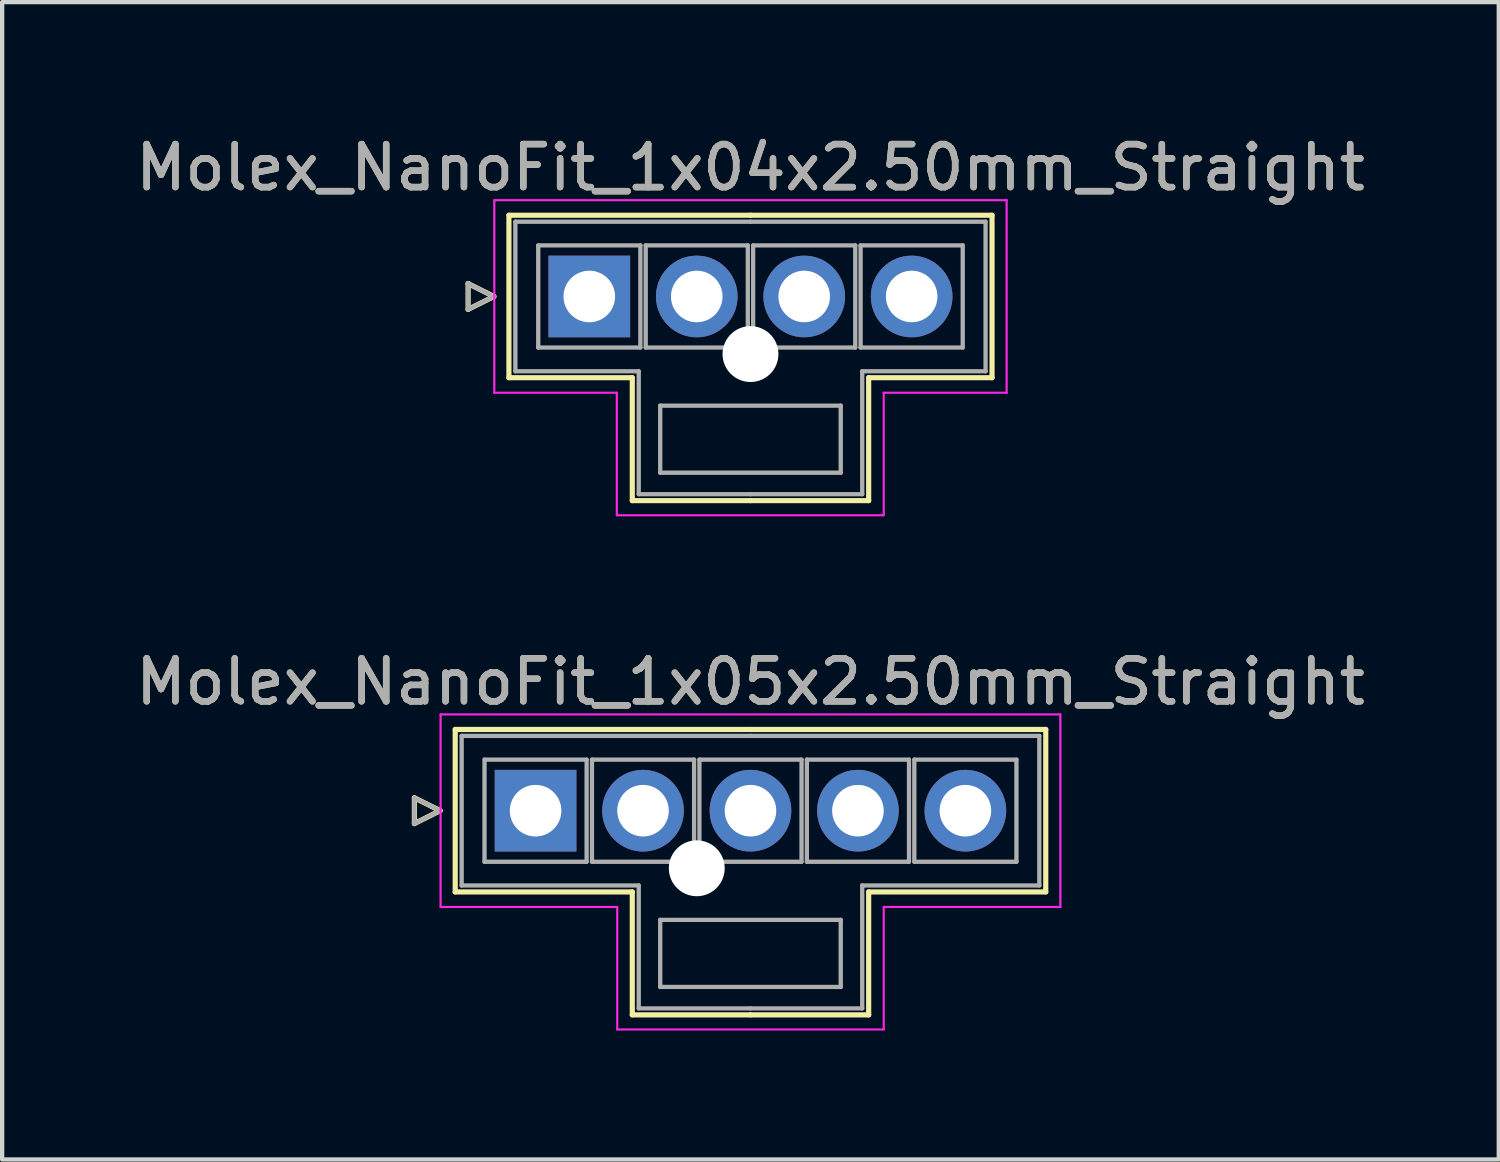
<source format=kicad_pcb>
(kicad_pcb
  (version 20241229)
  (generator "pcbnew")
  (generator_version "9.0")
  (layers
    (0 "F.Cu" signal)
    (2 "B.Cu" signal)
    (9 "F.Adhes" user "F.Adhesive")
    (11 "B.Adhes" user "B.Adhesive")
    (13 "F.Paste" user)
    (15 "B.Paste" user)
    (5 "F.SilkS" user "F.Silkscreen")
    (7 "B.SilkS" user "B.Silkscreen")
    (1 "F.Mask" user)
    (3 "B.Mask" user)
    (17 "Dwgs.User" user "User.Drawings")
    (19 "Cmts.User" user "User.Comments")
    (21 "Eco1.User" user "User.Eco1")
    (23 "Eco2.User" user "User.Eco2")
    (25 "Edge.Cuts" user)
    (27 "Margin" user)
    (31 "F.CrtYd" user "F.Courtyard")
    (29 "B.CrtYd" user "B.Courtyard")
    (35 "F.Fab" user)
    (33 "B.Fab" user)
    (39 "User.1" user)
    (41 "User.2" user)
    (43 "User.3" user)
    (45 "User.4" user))
  (footprint "Molex_NanoFit_1x05x2.50mm_Straight"
    (layer "F.Cu")
    (at 9.411 15.812)
    (property "Reference" "Molex_NanoFit_1x05x2.50mm_Straight" (at 5 -3 0) (layer "F.SilkS") (effects (font (size 1 1) (thickness 0.15))))
    (attr through_hole)
    (fp_line (start -2.82 -0.3) (end -2.22 0) (stroke (width 0.12) (type solid)) (layer "F.SilkS"))
    (fp_line (start -2.82 0.3) (end -2.82 -0.3) (stroke (width 0.12) (type solid)) (layer "F.SilkS"))
    (fp_line (start -2.22 0) (end -2.82 0.3) (stroke (width 0.12) (type solid)) (layer "F.SilkS"))
    (fp_line (start -1.87 -1.89) (end -1.87 1.89) (stroke (width 0.12) (type solid)) (layer "F.SilkS"))
    (fp_line (start -1.87 1.89) (end 2.25 1.89) (stroke (width 0.12) (type solid)) (layer "F.SilkS"))
    (fp_line (start 2.25 1.89) (end 2.25 4.75) (stroke (width 0.12) (type solid)) (layer "F.SilkS"))
    (fp_line (start 2.25 4.75) (end 5 4.75) (stroke (width 0.12) (type solid)) (layer "F.SilkS"))
    (fp_line (start 5 -1.89) (end -1.87 -1.89) (stroke (width 0.12) (type solid)) (layer "F.SilkS"))
    (fp_line (start 5 -1.89) (end 11.87 -1.89) (stroke (width 0.12) (type solid)) (layer "F.SilkS"))
    (fp_line (start 7.75 1.89) (end 7.75 4.75) (stroke (width 0.12) (type solid)) (layer "F.SilkS"))
    (fp_line (start 7.75 4.75) (end 5 4.75) (stroke (width 0.12) (type solid)) (layer "F.SilkS"))
    (fp_line (start 11.87 -1.89) (end 11.87 1.89) (stroke (width 0.12) (type solid)) (layer "F.SilkS"))
    (fp_line (start 11.87 1.89) (end 7.75 1.89) (stroke (width 0.12) (type solid)) (layer "F.SilkS"))
    (fp_line (start -2.21 -2.24) (end -2.21 2.24) (stroke (width 0.05) (type solid)) (layer "F.CrtYd"))
    (fp_line (start -2.21 2.24) (end 1.9 2.24) (stroke (width 0.05) (type solid)) (layer "F.CrtYd"))
    (fp_line (start 1.9 2.24) (end 1.9 5.09) (stroke (width 0.05) (type solid)) (layer "F.CrtYd"))
    (fp_line (start 1.9 5.09) (end 8.1 5.09) (stroke (width 0.05) (type solid)) (layer "F.CrtYd"))
    (fp_line (start 8.1 2.24) (end 12.21 2.24) (stroke (width 0.05) (type solid)) (layer "F.CrtYd"))
    (fp_line (start 8.1 5.09) (end 8.1 2.24) (stroke (width 0.05) (type solid)) (layer "F.CrtYd"))
    (fp_line (start 12.21 -2.24) (end -2.21 -2.24) (stroke (width 0.05) (type solid)) (layer "F.CrtYd"))
    (fp_line (start 12.21 2.24) (end 12.21 -2.24) (stroke (width 0.05) (type solid)) (layer "F.CrtYd"))
    (fp_line (start -2.82 -0.3) (end -2.22 0) (stroke (width 0.1) (type solid)) (layer "F.Fab"))
    (fp_line (start -2.82 0.3) (end -2.82 -0.3) (stroke (width 0.1) (type solid)) (layer "F.Fab"))
    (fp_line (start -2.22 0) (end -2.82 0.3) (stroke (width 0.1) (type solid)) (layer "F.Fab"))
    (fp_line (start -1.72 -1.74) (end -1.72 1.74) (stroke (width 0.1) (type solid)) (layer "F.Fab"))
    (fp_line (start -1.72 1.74) (end 2.4 1.74) (stroke (width 0.1) (type solid)) (layer "F.Fab"))
    (fp_line (start -1.188 -1.188) (end -1.188 1.188) (stroke (width 0.1) (type solid)) (layer "F.Fab"))
    (fp_line (start -1.188 1.188) (end 1.188 1.188) (stroke (width 0.1) (type solid)) (layer "F.Fab"))
    (fp_line (start 1.188 -1.188) (end -1.188 -1.188) (stroke (width 0.1) (type solid)) (layer "F.Fab"))
    (fp_line (start 1.188 1.188) (end 1.188 -1.188) (stroke (width 0.1) (type solid)) (layer "F.Fab"))
    (fp_line (start 1.312 -1.188) (end 1.312 1.188) (stroke (width 0.1) (type solid)) (layer "F.Fab"))
    (fp_line (start 1.312 1.188) (end 3.688 1.188) (stroke (width 0.1) (type solid)) (layer "F.Fab"))
    (fp_line (start 2.4 1.74) (end 2.4 4.6) (stroke (width 0.1) (type solid)) (layer "F.Fab"))
    (fp_line (start 2.4 4.6) (end 5 4.6) (stroke (width 0.1) (type solid)) (layer "F.Fab"))
    (fp_line (start 2.9 2.54) (end 2.9 4.1) (stroke (width 0.1) (type solid)) (layer "F.Fab"))
    (fp_line (start 2.9 4.1) (end 7.1 4.1) (stroke (width 0.1) (type solid)) (layer "F.Fab"))
    (fp_line (start 3.688 -1.188) (end 1.312 -1.188) (stroke (width 0.1) (type solid)) (layer "F.Fab"))
    (fp_line (start 3.688 1.188) (end 3.688 -1.188) (stroke (width 0.1) (type solid)) (layer "F.Fab"))
    (fp_line (start 3.812 -1.188) (end 3.812 1.188) (stroke (width 0.1) (type solid)) (layer "F.Fab"))
    (fp_line (start 3.812 1.188) (end 6.188 1.188) (stroke (width 0.1) (type solid)) (layer "F.Fab"))
    (fp_line (start 5 -1.74) (end -1.72 -1.74) (stroke (width 0.1) (type solid)) (layer "F.Fab"))
    (fp_line (start 5 -1.74) (end 11.72 -1.74) (stroke (width 0.1) (type solid)) (layer "F.Fab"))
    (fp_line (start 6.188 -1.188) (end 3.812 -1.188) (stroke (width 0.1) (type solid)) (layer "F.Fab"))
    (fp_line (start 6.188 1.188) (end 6.188 -1.188) (stroke (width 0.1) (type solid)) (layer "F.Fab"))
    (fp_line (start 6.312 -1.188) (end 6.312 1.188) (stroke (width 0.1) (type solid)) (layer "F.Fab"))
    (fp_line (start 6.312 1.188) (end 8.688 1.188) (stroke (width 0.1) (type solid)) (layer "F.Fab"))
    (fp_line (start 7.1 2.54) (end 2.9 2.54) (stroke (width 0.1) (type solid)) (layer "F.Fab"))
    (fp_line (start 7.1 4.1) (end 7.1 2.54) (stroke (width 0.1) (type solid)) (layer "F.Fab"))
    (fp_line (start 7.6 1.74) (end 7.6 4.6) (stroke (width 0.1) (type solid)) (layer "F.Fab"))
    (fp_line (start 7.6 4.6) (end 5 4.6) (stroke (width 0.1) (type solid)) (layer "F.Fab"))
    (fp_line (start 8.688 -1.188) (end 6.312 -1.188) (stroke (width 0.1) (type solid)) (layer "F.Fab"))
    (fp_line (start 8.688 1.188) (end 8.688 -1.188) (stroke (width 0.1) (type solid)) (layer "F.Fab"))
    (fp_line (start 8.812 -1.188) (end 8.812 1.188) (stroke (width 0.1) (type solid)) (layer "F.Fab"))
    (fp_line (start 8.812 1.188) (end 11.188 1.188) (stroke (width 0.1) (type solid)) (layer "F.Fab"))
    (fp_line (start 11.188 -1.188) (end 8.812 -1.188) (stroke (width 0.1) (type solid)) (layer "F.Fab"))
    (fp_line (start 11.188 1.188) (end 11.188 -1.188) (stroke (width 0.1) (type solid)) (layer "F.Fab"))
    (fp_line (start 11.72 -1.74) (end 11.72 1.74) (stroke (width 0.1) (type solid)) (layer "F.Fab"))
    (fp_line (start 11.72 1.74) (end 7.6 1.74) (stroke (width 0.1) (type solid)) (layer "F.Fab"))
    (fp_text user "${REFERENCE}" (at 5 -3 0) (layer "F.Fab") (effects (font (size 1 1) (thickness 0.15))))
    (pad "" np_thru_hole circle (at 3.75 1.34) (size 1.3 1.3) (drill 1.3) (layers "*.Cu" "*.Mask"))
    (pad "1" thru_hole rect (at 0 0) (size 1.9 1.9) (drill 1.2) (layers "*.Cu" "*.Mask"))
    (pad "2" thru_hole circle (at 2.5 0) (size 1.9 1.9) (drill 1.2) (layers "*.Cu" "*.Mask"))
    (pad "3" thru_hole circle (at 5 0) (size 1.9 1.9) (drill 1.2) (layers "*.Cu" "*.Mask"))
    (pad "4" thru_hole circle (at 7.5 0) (size 1.9 1.9) (drill 1.2) (layers "*.Cu" "*.Mask"))
    (pad "5" thru_hole circle (at 10 0) (size 1.9 1.9) (drill 1.2) (layers "*.Cu" "*.Mask")))
  (footprint "Molex_NanoFit_1x04x2.50mm_Straight"
    (layer "F.Cu")
    (at 10.661 3.848)
    (property "Reference" "Molex_NanoFit_1x04x2.50mm_Straight" (at 3.75 -3 0) (layer "F.SilkS") (effects (font (size 1 1) (thickness 0.15))))
    (attr through_hole)
    (fp_line (start -2.82 -0.3) (end -2.22 0) (stroke (width 0.12) (type solid)) (layer "F.SilkS"))
    (fp_line (start -2.82 0.3) (end -2.82 -0.3) (stroke (width 0.12) (type solid)) (layer "F.SilkS"))
    (fp_line (start -2.22 0) (end -2.82 0.3) (stroke (width 0.12) (type solid)) (layer "F.SilkS"))
    (fp_line (start -1.87 -1.89) (end -1.87 1.89) (stroke (width 0.12) (type solid)) (layer "F.SilkS"))
    (fp_line (start -1.87 1.89) (end 1 1.89) (stroke (width 0.12) (type solid)) (layer "F.SilkS"))
    (fp_line (start 1 1.89) (end 1 4.75) (stroke (width 0.12) (type solid)) (layer "F.SilkS"))
    (fp_line (start 1 4.75) (end 3.75 4.75) (stroke (width 0.12) (type solid)) (layer "F.SilkS"))
    (fp_line (start 3.75 -1.89) (end -1.87 -1.89) (stroke (width 0.12) (type solid)) (layer "F.SilkS"))
    (fp_line (start 3.75 -1.89) (end 9.37 -1.89) (stroke (width 0.12) (type solid)) (layer "F.SilkS"))
    (fp_line (start 6.5 1.89) (end 6.5 4.75) (stroke (width 0.12) (type solid)) (layer "F.SilkS"))
    (fp_line (start 6.5 4.75) (end 3.75 4.75) (stroke (width 0.12) (type solid)) (layer "F.SilkS"))
    (fp_line (start 9.37 -1.89) (end 9.37 1.89) (stroke (width 0.12) (type solid)) (layer "F.SilkS"))
    (fp_line (start 9.37 1.89) (end 6.5 1.89) (stroke (width 0.12) (type solid)) (layer "F.SilkS"))
    (fp_line (start -2.21 -2.24) (end -2.21 2.24) (stroke (width 0.05) (type solid)) (layer "F.CrtYd"))
    (fp_line (start -2.21 2.24) (end 0.64 2.24) (stroke (width 0.05) (type solid)) (layer "F.CrtYd"))
    (fp_line (start 0.64 2.24) (end 0.64 5.09) (stroke (width 0.05) (type solid)) (layer "F.CrtYd"))
    (fp_line (start 0.64 5.09) (end 6.85 5.09) (stroke (width 0.05) (type solid)) (layer "F.CrtYd"))
    (fp_line (start 6.85 2.24) (end 9.71 2.24) (stroke (width 0.05) (type solid)) (layer "F.CrtYd"))
    (fp_line (start 6.85 5.09) (end 6.85 2.24) (stroke (width 0.05) (type solid)) (layer "F.CrtYd"))
    (fp_line (start 9.71 -2.24) (end -2.21 -2.24) (stroke (width 0.05) (type solid)) (layer "F.CrtYd"))
    (fp_line (start 9.71 2.24) (end 9.71 -2.24) (stroke (width 0.05) (type solid)) (layer "F.CrtYd"))
    (fp_line (start -2.82 -0.3) (end -2.22 0) (stroke (width 0.1) (type solid)) (layer "F.Fab"))
    (fp_line (start -2.82 0.3) (end -2.82 -0.3) (stroke (width 0.1) (type solid)) (layer "F.Fab"))
    (fp_line (start -2.22 0) (end -2.82 0.3) (stroke (width 0.1) (type solid)) (layer "F.Fab"))
    (fp_line (start -1.72 -1.74) (end -1.72 1.74) (stroke (width 0.1) (type solid)) (layer "F.Fab"))
    (fp_line (start -1.72 1.74) (end 1.15 1.74) (stroke (width 0.1) (type solid)) (layer "F.Fab"))
    (fp_line (start -1.188 -1.188) (end -1.188 1.188) (stroke (width 0.1) (type solid)) (layer "F.Fab"))
    (fp_line (start -1.188 1.188) (end 1.188 1.188) (stroke (width 0.1) (type solid)) (layer "F.Fab"))
    (fp_line (start 1.15 1.74) (end 1.15 4.6) (stroke (width 0.1) (type solid)) (layer "F.Fab"))
    (fp_line (start 1.15 4.6) (end 3.75 4.6) (stroke (width 0.1) (type solid)) (layer "F.Fab"))
    (fp_line (start 1.188 -1.188) (end -1.188 -1.188) (stroke (width 0.1) (type solid)) (layer "F.Fab"))
    (fp_line (start 1.188 1.188) (end 1.188 -1.188) (stroke (width 0.1) (type solid)) (layer "F.Fab"))
    (fp_line (start 1.312 -1.188) (end 1.312 1.188) (stroke (width 0.1) (type solid)) (layer "F.Fab"))
    (fp_line (start 1.312 1.188) (end 3.688 1.188) (stroke (width 0.1) (type solid)) (layer "F.Fab"))
    (fp_line (start 1.65 2.54) (end 1.65 4.1) (stroke (width 0.1) (type solid)) (layer "F.Fab"))
    (fp_line (start 1.65 4.1) (end 5.85 4.1) (stroke (width 0.1) (type solid)) (layer "F.Fab"))
    (fp_line (start 3.688 -1.188) (end 1.312 -1.188) (stroke (width 0.1) (type solid)) (layer "F.Fab"))
    (fp_line (start 3.688 1.188) (end 3.688 -1.188) (stroke (width 0.1) (type solid)) (layer "F.Fab"))
    (fp_line (start 3.75 -1.74) (end -1.72 -1.74) (stroke (width 0.1) (type solid)) (layer "F.Fab"))
    (fp_line (start 3.75 -1.74) (end 9.22 -1.74) (stroke (width 0.1) (type solid)) (layer "F.Fab"))
    (fp_line (start 3.812 -1.188) (end 3.812 1.188) (stroke (width 0.1) (type solid)) (layer "F.Fab"))
    (fp_line (start 3.812 1.188) (end 6.188 1.188) (stroke (width 0.1) (type solid)) (layer "F.Fab"))
    (fp_line (start 5.85 2.54) (end 1.65 2.54) (stroke (width 0.1) (type solid)) (layer "F.Fab"))
    (fp_line (start 5.85 4.1) (end 5.85 2.54) (stroke (width 0.1) (type solid)) (layer "F.Fab"))
    (fp_line (start 6.188 -1.188) (end 3.812 -1.188) (stroke (width 0.1) (type solid)) (layer "F.Fab"))
    (fp_line (start 6.188 1.188) (end 6.188 -1.188) (stroke (width 0.1) (type solid)) (layer "F.Fab"))
    (fp_line (start 6.312 -1.188) (end 6.312 1.188) (stroke (width 0.1) (type solid)) (layer "F.Fab"))
    (fp_line (start 6.312 1.188) (end 8.688 1.188) (stroke (width 0.1) (type solid)) (layer "F.Fab"))
    (fp_line (start 6.35 1.74) (end 6.35 4.6) (stroke (width 0.1) (type solid)) (layer "F.Fab"))
    (fp_line (start 6.35 4.6) (end 3.75 4.6) (stroke (width 0.1) (type solid)) (layer "F.Fab"))
    (fp_line (start 8.688 -1.188) (end 6.312 -1.188) (stroke (width 0.1) (type solid)) (layer "F.Fab"))
    (fp_line (start 8.688 1.188) (end 8.688 -1.188) (stroke (width 0.1) (type solid)) (layer "F.Fab"))
    (fp_line (start 9.22 -1.74) (end 9.22 1.74) (stroke (width 0.1) (type solid)) (layer "F.Fab"))
    (fp_line (start 9.22 1.74) (end 6.35 1.74) (stroke (width 0.1) (type solid)) (layer "F.Fab"))
    (fp_text user "${REFERENCE}" (at 3.75 -3 0) (layer "F.Fab") (effects (font (size 1 1) (thickness 0.15))))
    (pad "" np_thru_hole circle (at 3.75 1.34) (size 1.3 1.3) (drill 1.3) (layers "*.Cu" "*.Mask"))
    (pad "1" thru_hole rect (at 0 0) (size 1.9 1.9) (drill 1.2) (layers "*.Cu" "*.Mask"))
    (pad "2" thru_hole circle (at 2.5 0) (size 1.9 1.9) (drill 1.2) (layers "*.Cu" "*.Mask"))
    (pad "3" thru_hole circle (at 5 0) (size 1.9 1.9) (drill 1.2) (layers "*.Cu" "*.Mask"))
    (pad "4" thru_hole circle (at 7.5 0) (size 1.9 1.9) (drill 1.2) (layers "*.Cu" "*.Mask")))
  (gr_rect
    (start -3 -3)
    (end 31.821 23.927)
    (stroke (width 0.1) (type default))
    (fill no)
    (layer "Edge.Cuts")))
</source>
